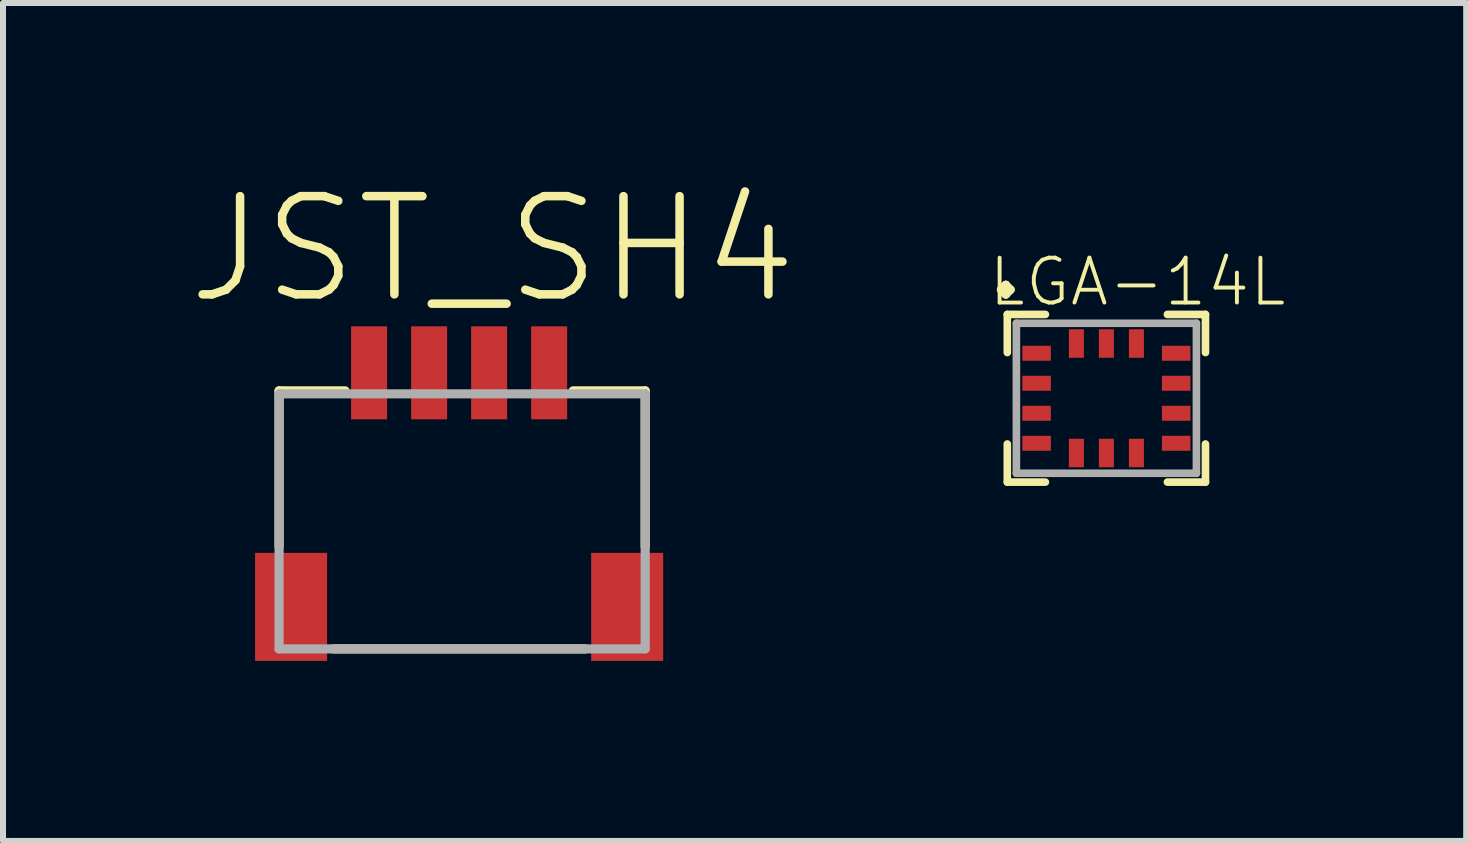
<source format=kicad_pcb>
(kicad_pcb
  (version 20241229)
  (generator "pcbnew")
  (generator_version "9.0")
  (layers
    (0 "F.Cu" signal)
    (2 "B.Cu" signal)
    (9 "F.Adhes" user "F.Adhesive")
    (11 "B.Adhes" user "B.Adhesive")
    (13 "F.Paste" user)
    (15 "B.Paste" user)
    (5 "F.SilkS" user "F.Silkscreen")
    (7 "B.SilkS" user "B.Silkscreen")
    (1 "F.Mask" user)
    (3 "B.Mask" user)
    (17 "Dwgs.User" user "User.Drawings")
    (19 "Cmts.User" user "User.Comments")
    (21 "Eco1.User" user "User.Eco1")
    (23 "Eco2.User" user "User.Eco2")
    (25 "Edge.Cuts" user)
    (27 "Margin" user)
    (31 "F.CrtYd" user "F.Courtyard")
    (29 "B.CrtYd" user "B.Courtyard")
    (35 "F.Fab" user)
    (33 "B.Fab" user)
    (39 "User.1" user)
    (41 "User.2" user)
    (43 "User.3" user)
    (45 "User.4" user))
  (footprint "JST_SH4"
    (layer "F.Cu")
    (at 4.6 5.676)
    (property "Reference" "JST_SH4" (at -4.6 -3.614 0) (unlocked yes) (layer "F.SilkS") (effects (font (size 1.636 1.636) (thickness 0.142)) (justify left bottom)))
    (fp_line (start -3 -2.214) (end -1.9 -2.214) (stroke (width 0.152) (type solid)) (layer "F.SilkS"))
    (fp_line (start -3 0.386) (end -3 -2.214) (stroke (width 0.152) (type solid)) (layer "F.SilkS"))
    (fp_line (start -2.1 2.086) (end 2.1 2.086) (stroke (width 0.152) (type solid)) (layer "F.SilkS"))
    (fp_line (start 1.9 -2.214) (end 3.1 -2.214) (stroke (width 0.152) (type solid)) (layer "F.SilkS"))
    (fp_line (start 3.1 -2.214) (end 3.1 0.386) (stroke (width 0.152) (type solid)) (layer "F.SilkS"))
    (fp_line (start -3 -2.164) (end 3.1 -2.164) (stroke (width 0.152) (type solid)) (layer "F.Fab"))
    (fp_line (start -3 2.086) (end -3 -2.164) (stroke (width 0.152) (type solid)) (layer "F.Fab"))
    (fp_line (start 3.1 -2.164) (end 3.1 2.086) (stroke (width 0.152) (type solid)) (layer "F.Fab"))
    (fp_line (start 3.1 2.086) (end -3 2.086) (stroke (width 0.152) (type solid)) (layer "F.Fab"))
    (pad "1" smd rect (at -1.5 -2.514 90) (size 1.55 0.6) (layers "F.Cu" "F.Mask" "F.Paste"))
    (pad "2" smd rect (at -0.5 -2.514 90) (size 1.55 0.6) (layers "F.Cu" "F.Mask" "F.Paste"))
    (pad "3" smd rect (at 0.5 -2.514 90) (size 1.55 0.6) (layers "F.Cu" "F.Mask" "F.Paste"))
    (pad "4" smd rect (at 1.5 -2.514 90) (size 1.55 0.6) (layers "F.Cu" "F.Mask" "F.Paste"))
    (pad "MT1" smd rect (at -2.8 1.386 90) (size 1.8 1.2) (layers "F.Cu" "F.Mask" "F.Paste"))
    (pad "MT2" smd rect (at 2.8 1.386 90) (size 1.8 1.2) (layers "F.Cu" "F.Mask" "F.Paste")))
  (footprint "LGA-14L"
    (layer "F.Cu")
    (at 15.385 3.586)
    (property "Reference" "LGA-14L" (at -2 -1.5 0) (unlocked yes) (layer "F.SilkS") (effects (font (size 0.748 0.748) (thickness 0.065)) (justify left bottom)))
    (fp_line (start -1.651 -1.397) (end -1.651 -0.762) (stroke (width 0.127) (type solid)) (layer "F.SilkS"))
    (fp_line (start -1.651 0.762) (end -1.651 1.397) (stroke (width 0.127) (type solid)) (layer "F.SilkS"))
    (fp_line (start -1.651 1.397) (end -1.016 1.397) (stroke (width 0.127) (type solid)) (layer "F.SilkS"))
    (fp_line (start -1.016 -1.397) (end -1.651 -1.397) (stroke (width 0.127) (type solid)) (layer "F.SilkS"))
    (fp_line (start 1.016 -1.397) (end 1.651 -1.397) (stroke (width 0.127) (type solid)) (layer "F.SilkS"))
    (fp_line (start 1.016 1.397) (end 1.651 1.397) (stroke (width 0.127) (type solid)) (layer "F.SilkS"))
    (fp_line (start 1.651 -1.397) (end 1.651 -0.762) (stroke (width 0.127) (type solid)) (layer "F.SilkS"))
    (fp_line (start 1.651 1.397) (end 1.651 0.762) (stroke (width 0.127) (type solid)) (layer "F.SilkS"))
    (fp_line (start -1.5 -1.25) (end 1.5 -1.25) (stroke (width 0.127) (type solid)) (layer "F.Fab"))
    (fp_line (start -1.5 1.25) (end -1.5 -1.25) (stroke (width 0.127) (type solid)) (layer "F.Fab"))
    (fp_line (start 1.5 -1.25) (end 1.5 1.25) (stroke (width 0.127) (type solid)) (layer "F.Fab"))
    (fp_line (start 1.5 1.25) (end -1.5 1.25) (stroke (width 0.127) (type solid)) (layer "F.Fab"))
    (fp_text user "." (at -2.159 -1.524 0) (unlocked yes) (layer "F.SilkS") (effects (font (size 1.636 1.636) (thickness 0.142)) (justify left bottom)))
    (pad "1" smd rect (at -1.163 -0.75) (size 0.475 0.25) (layers "F.Cu" "F.Mask" "F.Paste"))
    (pad "2" smd rect (at -1.163 -0.25) (size 0.475 0.25) (layers "F.Cu" "F.Mask" "F.Paste"))
    (pad "3" smd rect (at -1.163 0.25) (size 0.475 0.25) (layers "F.Cu" "F.Mask" "F.Paste"))
    (pad "4" smd rect (at -1.163 0.75) (size 0.475 0.25) (layers "F.Cu" "F.Mask" "F.Paste"))
    (pad "5" smd rect (at -0.5 0.912 90) (size 0.475 0.25) (layers "F.Cu" "F.Mask" "F.Paste"))
    (pad "6" smd rect (at 0 0.912 90) (size 0.475 0.25) (layers "F.Cu" "F.Mask" "F.Paste"))
    (pad "7" smd rect (at 0.5 0.912 90) (size 0.475 0.25) (layers "F.Cu" "F.Mask" "F.Paste"))
    (pad "8" smd rect (at 1.163 0.75 180) (size 0.475 0.25) (layers "F.Cu" "F.Mask" "F.Paste"))
    (pad "9" smd rect (at 1.163 0.25 180) (size 0.475 0.25) (layers "F.Cu" "F.Mask" "F.Paste"))
    (pad "10" smd rect (at 1.163 -0.25 180) (size 0.475 0.25) (layers "F.Cu" "F.Mask" "F.Paste"))
    (pad "11" smd rect (at 1.163 -0.75 180) (size 0.475 0.25) (layers "F.Cu" "F.Mask" "F.Paste"))
    (pad "12" smd rect (at 0.5 -0.912 270) (size 0.475 0.25) (layers "F.Cu" "F.Mask" "F.Paste"))
    (pad "13" smd rect (at 0 -0.912 270) (size 0.475 0.25) (layers "F.Cu" "F.Mask" "F.Paste"))
    (pad "14" smd rect (at -0.5 -0.912 270) (size 0.475 0.25) (layers "F.Cu" "F.Mask" "F.Paste")))
  (gr_rect
    (start -3 -3)
    (end 21.38 10.962)
    (stroke (width 0.1) (type default))
    (fill no)
    (layer "Edge.Cuts")))
</source>
